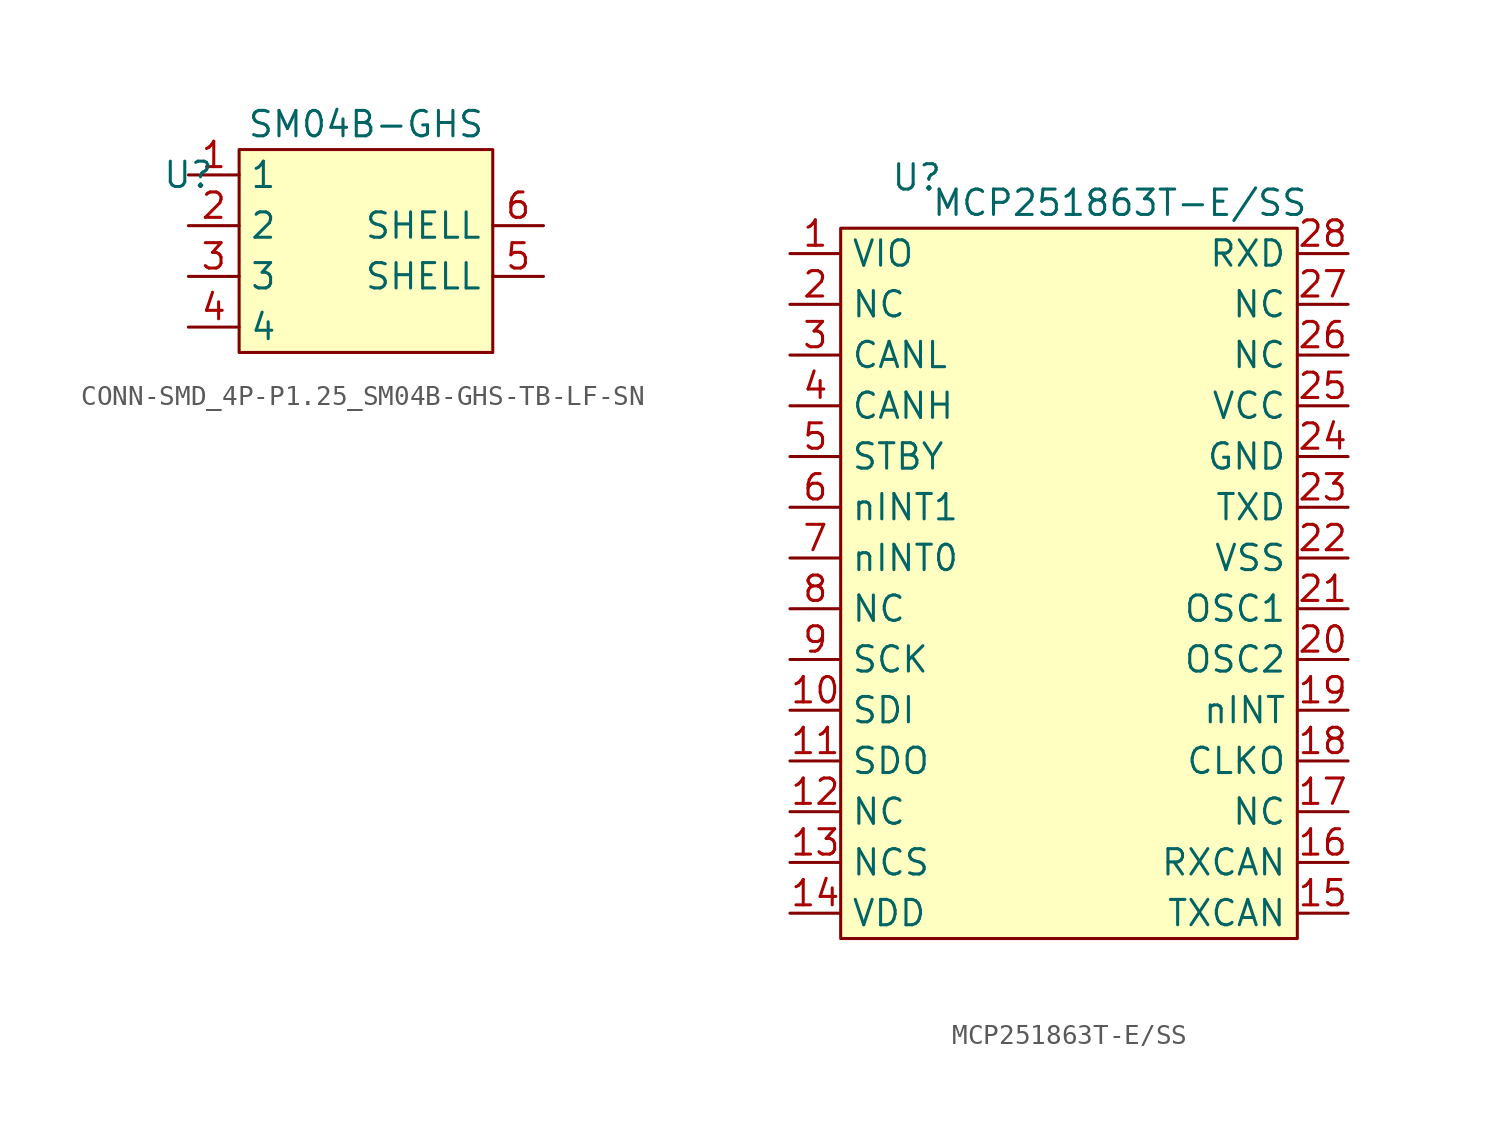
<source format=kicad_sym>
(kicad_symbol_lib
  (version 20220914)
  (generator kicad_symbol_editor)
  (symbol "CONN-SMD_4P-P1.25_SM04B-GHS-TB-LF-SN"
    (property "Reference" "U"
      (at 0 0 0)
      (effects (font (size 1.27 1.27))))
    (property "Value" "SM04B-GHS"
      (at 8.89 2.54 0)
      (effects (font (size 1.27 1.27))))
    (symbol "CONN-SMD_4P-P1.25_SM04B-GHS-TB-LF-SN_0_0"
      (pin unspecified line (at 0 0 0) (length 2.54) (name "1" (effects (font (size 1.27 1.27)))) (number "1" (effects (font (size 1.27 1.27)))))
      (pin unspecified line (at 0 -2.54 0) (length 2.54) (name "2" (effects (font (size 1.27 1.27)))) (number "2" (effects (font (size 1.27 1.27)))))
      (pin unspecified line (at 0 -5.08 0) (length 2.54) (name "3" (effects (font (size 1.27 1.27)))) (number "3" (effects (font (size 1.27 1.27)))))
      (pin unspecified line (at 0 -7.62 0) (length 2.54) (name "4" (effects (font (size 1.27 1.27)))) (number "4" (effects (font (size 1.27 1.27)))))
      (pin unspecified line (at 17.78 -5.08 180) (length 2.54) (name "SHELL" (effects (font (size 1.27 1.27)))) (number "5" (effects (font (size 1.27 1.27)))))
      (pin unspecified line (at 17.78 -2.54 180) (length 2.54) (name "SHELL" (effects (font (size 1.27 1.27)))) (number "6" (effects (font (size 1.27 1.27))))))
    (symbol "CONN-SMD_4P-P1.25_SM04B-GHS-TB-LF-SN_1_1"
      (rectangle (start 2.54 1.27) (end 15.24 -8.89) (stroke (width 0) (type default)) (fill (type background)))))
  (symbol "MCP251863T-E/SS"
    (property "Reference" "U"
      (at 3.81 3.81 0)
      (effects (font (size 1.27 1.27))))
    (property "Value" "MCP251863T-E/SS"
      (at 13.97 2.54 0)
      (effects (font (size 1.27 1.27))))
    (symbol "MCP251863T-E/SS_0_0"
      (pin unspecified line (at -2.54 0 0) (length 2.54) (name "VIO" (effects (font (size 1.27 1.27)))) (number "1" (effects (font (size 1.27 1.27)))))
      (pin unspecified line (at -2.54 -22.86 0) (length 2.54) (name "SDI" (effects (font (size 1.27 1.27)))) (number "10" (effects (font (size 1.27 1.27)))))
      (pin unspecified line (at -2.54 -25.4 0) (length 2.54) (name "SDO" (effects (font (size 1.27 1.27)))) (number "11" (effects (font (size 1.27 1.27)))))
      (pin unspecified line (at -2.54 -27.94 0) (length 2.54) (name "NC" (effects (font (size 1.27 1.27)))) (number "12" (effects (font (size 1.27 1.27)))))
      (pin unspecified line (at -2.54 -30.48 0) (length 2.54) (name "NCS" (effects (font (size 1.27 1.27)))) (number "13" (effects (font (size 1.27 1.27)))))
      (pin unspecified line (at -2.54 -33.02 0) (length 2.54) (name "VDD" (effects (font (size 1.27 1.27)))) (number "14" (effects (font (size 1.27 1.27)))))
      (pin unspecified line (at 25.4 -33.02 180) (length 2.54) (name "TXCAN" (effects (font (size 1.27 1.27)))) (number "15" (effects (font (size 1.27 1.27)))))
      (pin unspecified line (at 25.4 -30.48 180) (length 2.54) (name "RXCAN" (effects (font (size 1.27 1.27)))) (number "16" (effects (font (size 1.27 1.27)))))
      (pin unspecified line (at 25.4 -27.94 180) (length 2.54) (name "NC" (effects (font (size 1.27 1.27)))) (number "17" (effects (font (size 1.27 1.27)))))
      (pin unspecified line (at 25.4 -25.4 180) (length 2.54) (name "CLKO" (effects (font (size 1.27 1.27)))) (number "18" (effects (font (size 1.27 1.27)))))
      (pin unspecified line (at 25.4 -22.86 180) (length 2.54) (name "nINT" (effects (font (size 1.27 1.27)))) (number "19" (effects (font (size 1.27 1.27)))))
      (pin unspecified line (at -2.54 -2.54 0) (length 2.54) (name "NC" (effects (font (size 1.27 1.27)))) (number "2" (effects (font (size 1.27 1.27)))))
      (pin unspecified line (at 25.4 -20.32 180) (length 2.54) (name "OSC2" (effects (font (size 1.27 1.27)))) (number "20" (effects (font (size 1.27 1.27)))))
      (pin unspecified line (at 25.4 -17.78 180) (length 2.54) (name "OSC1" (effects (font (size 1.27 1.27)))) (number "21" (effects (font (size 1.27 1.27)))))
      (pin unspecified line (at 25.4 -15.24 180) (length 2.54) (name "VSS" (effects (font (size 1.27 1.27)))) (number "22" (effects (font (size 1.27 1.27)))))
      (pin unspecified line (at 25.4 -12.7 180) (length 2.54) (name "TXD" (effects (font (size 1.27 1.27)))) (number "23" (effects (font (size 1.27 1.27)))))
      (pin unspecified line (at 25.4 -10.16 180) (length 2.54) (name "GND" (effects (font (size 1.27 1.27)))) (number "24" (effects (font (size 1.27 1.27)))))
      (pin unspecified line (at 25.4 -7.62 180) (length 2.54) (name "VCC" (effects (font (size 1.27 1.27)))) (number "25" (effects (font (size 1.27 1.27)))))
      (pin unspecified line (at 25.4 -5.08 180) (length 2.54) (name "NC" (effects (font (size 1.27 1.27)))) (number "26" (effects (font (size 1.27 1.27)))))
      (pin unspecified line (at 25.4 -2.54 180) (length 2.54) (name "NC" (effects (font (size 1.27 1.27)))) (number "27" (effects (font (size 1.27 1.27)))))
      (pin unspecified line (at 25.4 0 180) (length 2.54) (name "RXD" (effects (font (size 1.27 1.27)))) (number "28" (effects (font (size 1.27 1.27)))))
      (pin unspecified line (at -2.54 -5.08 0) (length 2.54) (name "CANL" (effects (font (size 1.27 1.27)))) (number "3" (effects (font (size 1.27 1.27)))))
      (pin unspecified line (at -2.54 -7.62 0) (length 2.54) (name "CANH" (effects (font (size 1.27 1.27)))) (number "4" (effects (font (size 1.27 1.27)))))
      (pin unspecified line (at -2.54 -10.16 0) (length 2.54) (name "STBY" (effects (font (size 1.27 1.27)))) (number "5" (effects (font (size 1.27 1.27)))))
      (pin unspecified line (at -2.54 -12.7 0) (length 2.54) (name "nINT1" (effects (font (size 1.27 1.27)))) (number "6" (effects (font (size 1.27 1.27)))))
      (pin unspecified line (at -2.54 -15.24 0) (length 2.54) (name "nINT0" (effects (font (size 1.27 1.27)))) (number "7" (effects (font (size 1.27 1.27)))))
      (pin unspecified line (at -2.54 -17.78 0) (length 2.54) (name "NC" (effects (font (size 1.27 1.27)))) (number "8" (effects (font (size 1.27 1.27)))))
      (pin unspecified line (at -2.54 -20.32 0) (length 2.54) (name "SCK" (effects (font (size 1.27 1.27)))) (number "9" (effects (font (size 1.27 1.27))))))
    (symbol "MCP251863T-E/SS_1_1"
      (rectangle (start 0 1.27) (end 22.86 -34.29) (stroke (width 0) (type default)) (fill (type background))))))
</source>
